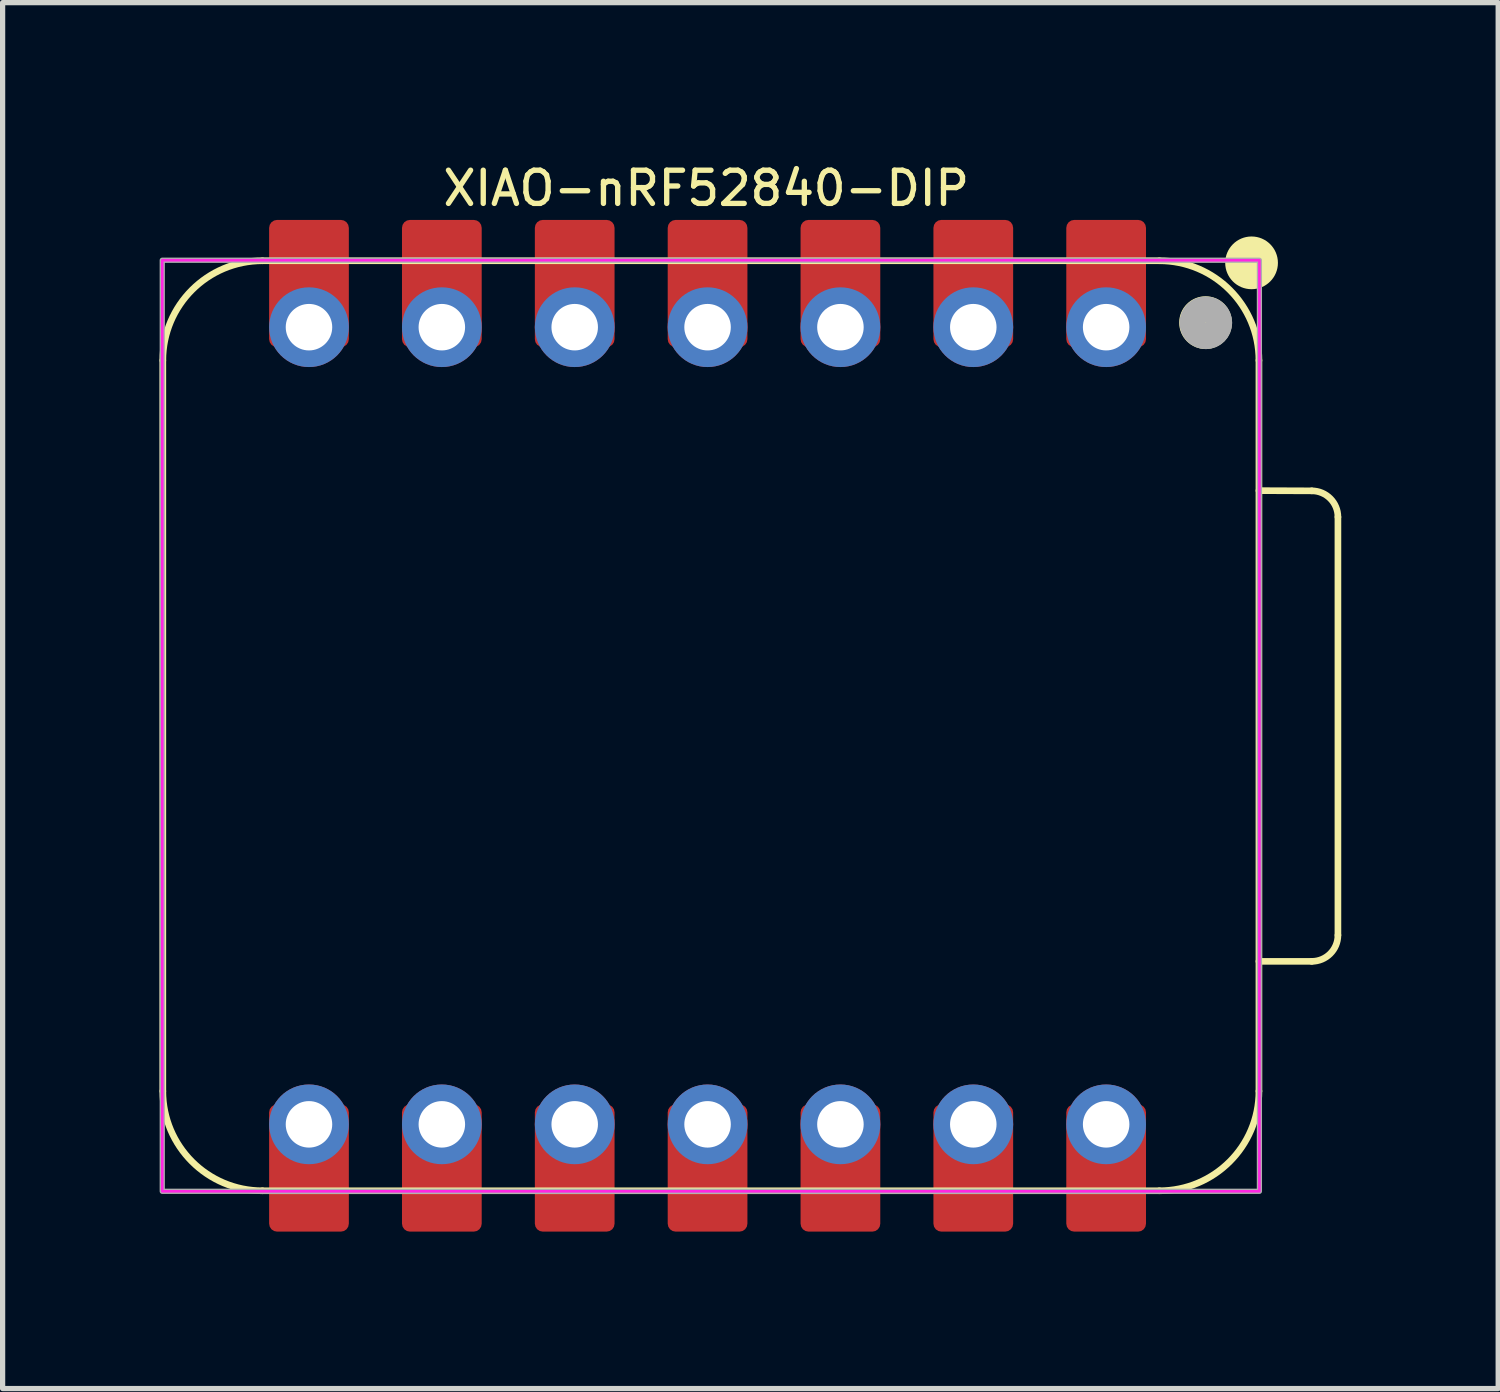
<source format=kicad_pcb>
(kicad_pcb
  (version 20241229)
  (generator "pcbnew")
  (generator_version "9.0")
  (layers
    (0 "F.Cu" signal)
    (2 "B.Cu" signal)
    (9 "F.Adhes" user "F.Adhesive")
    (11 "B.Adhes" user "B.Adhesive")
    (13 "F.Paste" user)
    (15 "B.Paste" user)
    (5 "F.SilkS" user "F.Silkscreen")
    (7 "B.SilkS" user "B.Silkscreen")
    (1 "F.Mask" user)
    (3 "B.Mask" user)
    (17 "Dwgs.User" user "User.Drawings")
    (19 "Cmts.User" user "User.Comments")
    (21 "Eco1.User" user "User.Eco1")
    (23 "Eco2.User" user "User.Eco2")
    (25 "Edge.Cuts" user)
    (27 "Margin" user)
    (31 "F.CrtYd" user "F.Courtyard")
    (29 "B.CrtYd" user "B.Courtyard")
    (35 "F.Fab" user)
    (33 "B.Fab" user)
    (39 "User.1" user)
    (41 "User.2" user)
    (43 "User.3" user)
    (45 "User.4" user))
  (footprint "XIAO-nRF52840-DIP"
    (layer "F.Cu")
    (at 10.477 10.825)
    (property "Reference" "XIAO-nRF52840-DIP" (at -0.025 -10.275 0) (unlocked yes) (layer "F.SilkS") (effects (font (size 0.635 0.635) (thickness 0.102))))
    (attr smd)
    (fp_line (start -10.414 -6.985) (end -10.414 6.985) (stroke (width 0.127) (type solid)) (layer "F.SilkS"))
    (fp_line (start -8.509 -8.89) (end 8.636 -8.89) (stroke (width 0.127) (type solid)) (layer "F.SilkS"))
    (fp_line (start -8.509 8.89) (end 8.636 8.89) (stroke (width 0.127) (type solid)) (layer "F.SilkS"))
    (fp_line (start 10.541 -4.495) (end 11.551 -4.491) (stroke (width 0.127) (type solid)) (layer "F.SilkS"))
    (fp_line (start 10.541 6.985) (end 10.541 -6.985) (stroke (width 0.1) (type solid)) (layer "F.SilkS"))
    (fp_line (start 10.541 6.985) (end 10.541 -6.985) (stroke (width 0.127) (type solid)) (layer "F.SilkS"))
    (fp_line (start 11.551 4.504) (end 10.541 4.504) (stroke (width 0.127) (type solid)) (layer "F.SilkS"))
    (fp_line (start 12.051 -3.991) (end 12.051 4.004) (stroke (width 0.127) (type solid)) (layer "F.SilkS"))
    (fp_arc (start -10.414 -6.985) (mid -9.856038 -8.332038) (end -8.509 -8.89) (stroke (width 0.127) (type solid)) (layer "F.SilkS"))
    (fp_arc (start -8.509 8.89) (mid -9.856038 8.332038) (end -10.414 6.985) (stroke (width 0.127) (type solid)) (layer "F.SilkS"))
    (fp_arc (start 8.636 -8.89) (mid 9.983038 -8.332038) (end 10.541 -6.985) (stroke (width 0.127) (type solid)) (layer "F.SilkS"))
    (fp_arc (start 10.541 6.985) (mid 9.983038 8.332038) (end 8.636 8.89) (stroke (width 0.127) (type solid)) (layer "F.SilkS"))
    (fp_arc (start 11.551272 -4.491272) (mid 11.904644 -4.344724) (end 12.051 -3.991272) (stroke (width 0.127) (type default)) (layer "F.SilkS"))
    (fp_arc (start 12.051 4.004) (mid 11.904524 4.357524) (end 11.551 4.504) (stroke (width 0.127) (type default)) (layer "F.SilkS"))
    (fp_circle (center 9.52 -7.707) (end 9.774 -7.707) (stroke (width 0.5) (type solid)) (fill yes) (layer "F.SilkS"))
    (fp_circle (center 10.4 -8.85) (end 10.654 -8.85) (stroke (width 0.5) (type solid)) (fill yes) (layer "F.SilkS"))
    (fp_rect (start -10.425 -8.9) (end 10.55 8.9) (stroke (width 0.05) (type default)) (fill no) (layer "F.CrtYd"))
    (fp_rect (start -10.425 -8.9) (end 10.55 8.9) (stroke (width 0.1) (type default)) (fill no) (layer "F.Fab"))
    (fp_circle (center 9.526 -7.704) (end 9.78 -7.704) (stroke (width 0.5) (type solid)) (fill no) (layer "F.Fab"))
    (pad "1" smd roundrect (at 7.62 -8.455 90) (size 2.432 1.524) (layers "F.Cu" "F.Mask") (roundrect_rratio 0.1))
    (pad "1" thru_hole circle (at 7.62 -7.62 90) (size 1.524 1.524) (drill 0.889) (layers "*.Cu" "*.Mask"))
    (pad "2" smd roundrect (at 5.08 -8.455 90) (size 2.432 1.524) (layers "F.Cu" "F.Mask") (roundrect_rratio 0.1))
    (pad "2" thru_hole circle (at 5.08 -7.62 90) (size 1.524 1.524) (drill 0.889) (layers "*.Cu" "*.Mask"))
    (pad "3" smd roundrect (at 2.54 -8.455 90) (size 2.432 1.524) (layers "F.Cu" "F.Mask") (roundrect_rratio 0.1))
    (pad "3" thru_hole circle (at 2.54 -7.62 90) (size 1.524 1.524) (drill 0.889) (layers "*.Cu" "*.Mask"))
    (pad "4" smd roundrect (at 0 -8.455 90) (size 2.432 1.524) (layers "F.Cu" "F.Mask") (roundrect_rratio 0.1))
    (pad "4" thru_hole circle (at 0 -7.62 90) (size 1.524 1.524) (drill 0.889) (layers "*.Cu" "*.Mask"))
    (pad "5" smd roundrect (at -2.54 -8.455 90) (size 2.432 1.524) (layers "F.Cu" "F.Mask") (roundrect_rratio 0.1))
    (pad "5" thru_hole circle (at -2.54 -7.62 90) (size 1.524 1.524) (drill 0.889) (layers "*.Cu" "*.Mask"))
    (pad "6" smd roundrect (at -5.08 -8.455 90) (size 2.432 1.524) (layers "F.Cu" "F.Mask") (roundrect_rratio 0.1))
    (pad "6" thru_hole circle (at -5.08 -7.62 90) (size 1.524 1.524) (drill 0.889) (layers "*.Cu" "*.Mask"))
    (pad "7" smd roundrect (at -7.62 -8.455 90) (size 2.432 1.524) (layers "F.Cu" "F.Mask") (roundrect_rratio 0.1))
    (pad "7" thru_hole circle (at -7.62 -7.62 90) (size 1.524 1.524) (drill 0.889) (layers "*.Cu" "*.Mask"))
    (pad "8" thru_hole circle (at -7.62 7.62 270) (size 1.524 1.524) (drill 0.889) (layers "*.Cu" "*.Mask"))
    (pad "8" smd roundrect (at -7.62 8.455 270) (size 2.432 1.524) (layers "F.Cu" "F.Mask") (roundrect_rratio 0.1))
    (pad "9" thru_hole circle (at -5.08 7.62 270) (size 1.524 1.524) (drill 0.889) (layers "*.Cu" "*.Mask"))
    (pad "9" smd roundrect (at -5.08 8.455 270) (size 2.432 1.524) (layers "F.Cu" "F.Mask") (roundrect_rratio 0.1))
    (pad "10" thru_hole circle (at -2.54 7.62 270) (size 1.524 1.524) (drill 0.889) (layers "*.Cu" "*.Mask"))
    (pad "10" smd roundrect (at -2.54 8.455 270) (size 2.432 1.524) (layers "F.Cu" "F.Mask") (roundrect_rratio 0.1))
    (pad "11" thru_hole circle (at 0 7.62 270) (size 1.524 1.524) (drill 0.889) (layers "*.Cu" "*.Mask"))
    (pad "11" smd roundrect (at 0 8.455 270) (size 2.432 1.524) (layers "F.Cu" "F.Mask") (roundrect_rratio 0.1))
    (pad "12" thru_hole circle (at 2.54 7.62 270) (size 1.524 1.524) (drill 0.889) (layers "*.Cu" "*.Mask"))
    (pad "12" smd roundrect (at 2.54 8.455 270) (size 2.432 1.524) (layers "F.Cu" "F.Mask") (roundrect_rratio 0.1))
    (pad "13" thru_hole circle (at 5.08 7.62 270) (size 1.524 1.524) (drill 0.889) (layers "*.Cu" "*.Mask"))
    (pad "13" smd roundrect (at 5.08 8.455 270) (size 2.432 1.524) (layers "F.Cu" "F.Mask") (roundrect_rratio 0.1))
    (pad "14" thru_hole circle (at 7.62 7.62 270) (size 1.524 1.524) (drill 0.889) (layers "*.Cu" "*.Mask"))
    (pad "14" smd roundrect (at 7.62 8.455 270) (size 2.432 1.524) (layers "F.Cu" "F.Mask") (roundrect_rratio 0.1)))
  (gr_rect
    (start -3 -3)
    (end 25.592 23.496)
    (stroke (width 0.1) (type default))
    (fill no)
    (layer "Edge.Cuts")))
</source>
